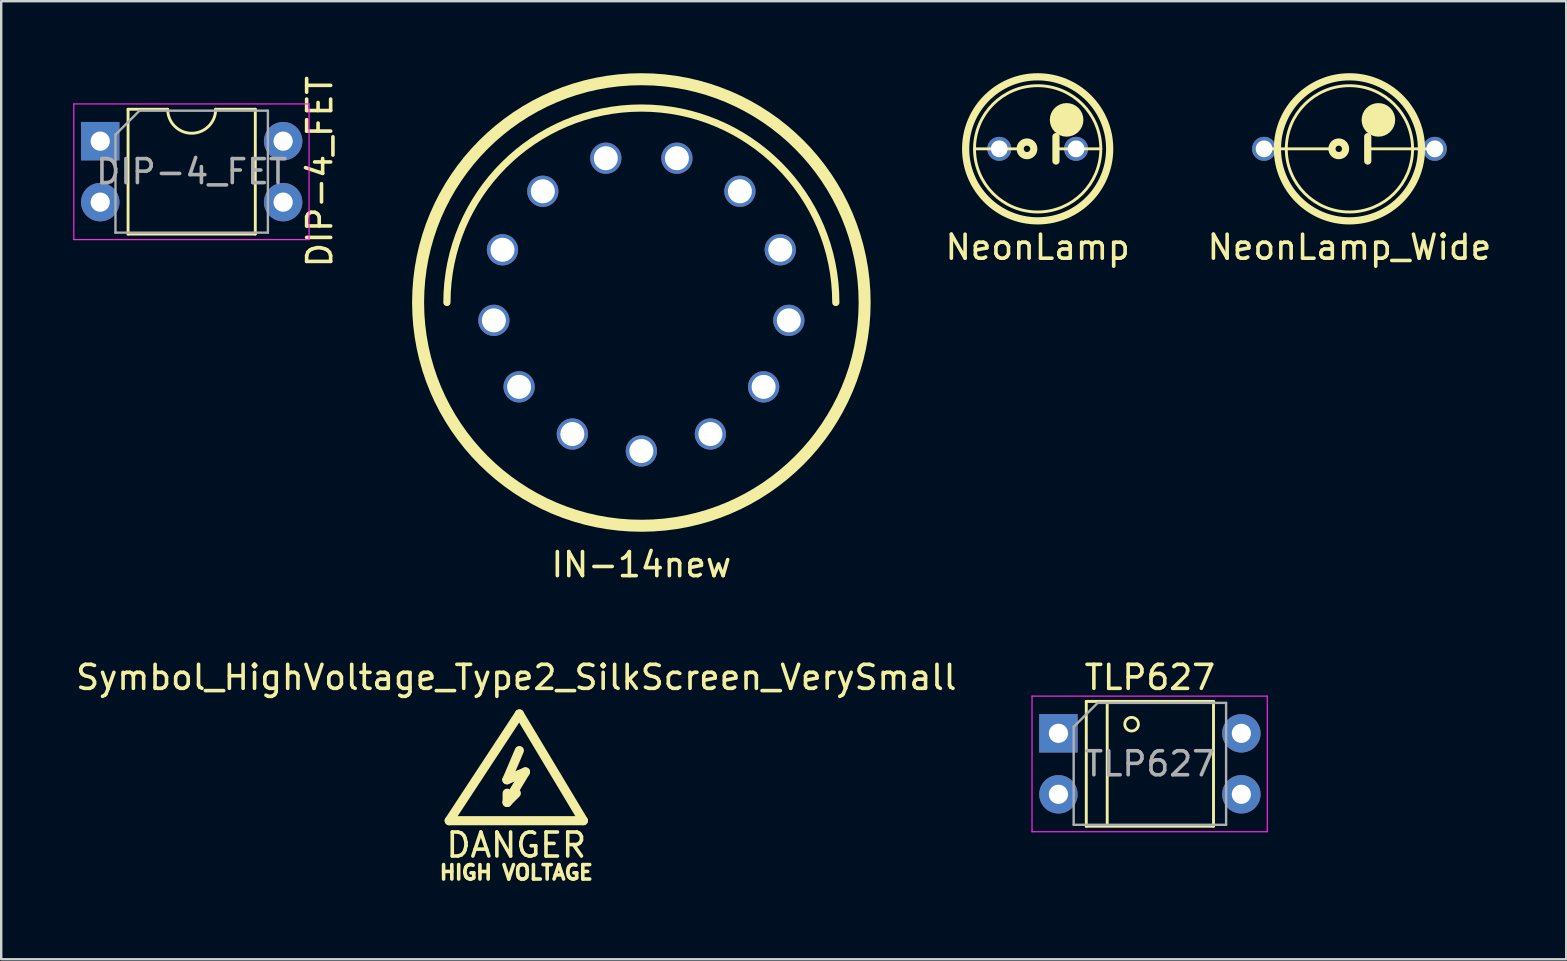
<source format=kicad_pcb>
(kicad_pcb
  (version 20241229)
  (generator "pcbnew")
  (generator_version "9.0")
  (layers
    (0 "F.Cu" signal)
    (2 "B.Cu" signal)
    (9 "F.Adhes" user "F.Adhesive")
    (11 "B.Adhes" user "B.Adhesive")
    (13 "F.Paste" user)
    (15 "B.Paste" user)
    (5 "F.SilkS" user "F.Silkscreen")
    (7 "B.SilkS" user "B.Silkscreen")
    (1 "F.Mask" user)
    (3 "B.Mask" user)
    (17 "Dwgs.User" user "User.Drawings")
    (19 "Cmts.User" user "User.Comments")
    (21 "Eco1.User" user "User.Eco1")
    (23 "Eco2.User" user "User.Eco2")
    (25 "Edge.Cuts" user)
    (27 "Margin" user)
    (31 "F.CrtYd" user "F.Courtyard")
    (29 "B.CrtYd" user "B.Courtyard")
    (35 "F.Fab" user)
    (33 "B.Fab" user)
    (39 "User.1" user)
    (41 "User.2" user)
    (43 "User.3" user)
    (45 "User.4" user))
  (footprint "Symbol_HighVoltage_Type2_SilkScreen_VerySmall"
    (layer "F.Cu")
    (at 18.585 30.884)
    (property "Reference" "Symbol_HighVoltage_Type2_SilkScreen_VerySmall" (at -0.127 -5.715 0) (layer "F.SilkS") (effects (font (size 1 1) (thickness 0.15))))
    (attr exclude_from_pos_files exclude_from_bom)
    (fp_line (start -2.921 0.254) (end 0 -4.191) (stroke (width 0.381) (type solid)) (layer "F.SilkS"))
    (fp_line (start -0.518 -1.45) (end 0.254 -1.778) (stroke (width 0.381) (type solid)) (layer "F.SilkS"))
    (fp_line (start -0.508 -0.508) (end -0.508 -0.889) (stroke (width 0.381) (type solid)) (layer "F.SilkS"))
    (fp_line (start -0.508 -0.508) (end -0.127 -0.889) (stroke (width 0.381) (type solid)) (layer "F.SilkS"))
    (fp_line (start 0 -4.191) (end 2.667 0.254) (stroke (width 0.381) (type solid)) (layer "F.SilkS"))
    (fp_line (start 0 -2.667) (end -0.518 -1.45) (stroke (width 0.381) (type solid)) (layer "F.SilkS"))
    (fp_line (start 0.254 -1.778) (end -0.508 -0.508) (stroke (width 0.381) (type solid)) (layer "F.SilkS"))
    (fp_line (start 2.667 0.254) (end -2.921 0.254) (stroke (width 0.381) (type solid)) (layer "F.SilkS"))
    (fp_text user "HIGH VOLTAGE" (at -0.127 2.413 0) (layer "F.SilkS") (effects (font (size 0.6 0.6) (thickness 0.15))))
    (fp_text user "DANGER" (at -0.127 1.27 0) (layer "F.SilkS") (effects (font (size 1 1) (thickness 0.15)))))
  (footprint "DIP-4_FET"
    (layer "F.Cu")
    (at 1.125 2.831)
    (property "Reference" "DIP-4_FET" (at 9.144 1.27 270) (layer "F.SilkS") (effects (font (size 1 1) (thickness 0.15))))
    (attr through_hole)
    (fp_line (start 1.16 -1.33) (end 1.16 3.87) (stroke (width 0.12) (type solid)) (layer "F.SilkS"))
    (fp_line (start 1.16 3.87) (end 6.46 3.87) (stroke (width 0.12) (type solid)) (layer "F.SilkS"))
    (fp_line (start 2.81 -1.33) (end 1.16 -1.33) (stroke (width 0.12) (type solid)) (layer "F.SilkS"))
    (fp_line (start 6.46 -1.33) (end 4.81 -1.33) (stroke (width 0.12) (type solid)) (layer "F.SilkS"))
    (fp_line (start 6.46 3.87) (end 6.46 -1.33) (stroke (width 0.12) (type solid)) (layer "F.SilkS"))
    (fp_arc (start 4.81 -1.33) (mid 3.81 -0.33) (end 2.81 -1.33) (stroke (width 0.12) (type solid)) (layer "F.SilkS"))
    (fp_line (start -1.1 -1.55) (end -1.1 4.1) (stroke (width 0.05) (type solid)) (layer "F.CrtYd"))
    (fp_line (start -1.1 4.1) (end 8.7 4.1) (stroke (width 0.05) (type solid)) (layer "F.CrtYd"))
    (fp_line (start 8.7 -1.55) (end -1.1 -1.55) (stroke (width 0.05) (type solid)) (layer "F.CrtYd"))
    (fp_line (start 8.7 4.1) (end 8.7 -1.55) (stroke (width 0.05) (type solid)) (layer "F.CrtYd"))
    (fp_line (start 0.635 -0.27) (end 1.635 -1.27) (stroke (width 0.1) (type solid)) (layer "F.Fab"))
    (fp_line (start 0.635 3.81) (end 0.635 -0.27) (stroke (width 0.1) (type solid)) (layer "F.Fab"))
    (fp_line (start 1.635 -1.27) (end 6.985 -1.27) (stroke (width 0.1) (type solid)) (layer "F.Fab"))
    (fp_line (start 6.985 -1.27) (end 6.985 3.81) (stroke (width 0.1) (type solid)) (layer "F.Fab"))
    (fp_line (start 6.985 3.81) (end 0.635 3.81) (stroke (width 0.1) (type solid)) (layer "F.Fab"))
    (fp_text user "${REFERENCE}" (at 3.81 1.27 0) (layer "F.Fab") (effects (font (size 1 1) (thickness 0.15))))
    (pad "1" thru_hole oval (at 7.62 2.54) (size 1.6 1.6) (drill 0.8) (layers "*.Cu" "*.Mask"))
    (pad "2" thru_hole rect (at 0 0) (size 1.6 1.6) (drill 0.8) (layers "*.Cu" "*.Mask"))
    (pad "2" thru_hole oval (at 0 2.54) (size 1.6 1.6) (drill 0.8) (layers "*.Cu" "*.Mask"))
    (pad "3" thru_hole oval (at 7.62 0) (size 1.6 1.6) (drill 0.8) (layers "*.Cu" "*.Mask")))
  (footprint "NeonLamp"
    (layer "F.Cu")
    (at 40.177 3.15)
    (property "Reference" "NeonLamp" (at 0 4.1 0) (layer "F.SilkS") (effects (font (size 1 1) (thickness 0.15))))
    (attr through_hole)
    (fp_line (start -0.762 0) (end -2.631 0) (stroke (width 0.12) (type solid)) (layer "F.SilkS"))
    (fp_line (start 0.762 -0.508) (end 0.762 0.508) (stroke (width 0.3) (type solid)) (layer "F.SilkS"))
    (fp_line (start 0.826 0) (end 2.631 0) (stroke (width 0.12) (type solid)) (layer "F.SilkS"))
    (fp_circle (center -0.445 0) (end -0.318 0.254) (stroke (width 0.3) (type solid)) (fill no) (layer "F.SilkS"))
    (fp_circle (center 0 0) (end 2.6 0.4) (stroke (width 0.12) (type solid)) (fill no) (layer "F.SilkS"))
    (fp_circle (center 0 0) (end 3 0) (stroke (width 0.3) (type solid)) (fill no) (layer "F.SilkS"))
    (fp_circle (center 1.206 -1.206) (end 1.206 -1.206) (stroke (width 0.7) (type solid)) (fill no) (layer "F.SilkS"))
    (pad "1" thru_hole circle (at 1.6 0) (size 1 1) (drill 0.7) (layers "*.Cu" "*.Mask"))
    (pad "2" thru_hole circle (at -1.6 0) (size 1 1) (drill 0.7) (layers "*.Cu" "*.Mask")))
  (footprint "IN-14new"
    (layer "F.Cu")
    (at 23.668 9.551)
    (property "Reference" "IN-14new" (at 0 10.922 180) (layer "F.SilkS") (effects (font (size 1 1) (thickness 0.15))))
    (attr exclude_from_pos_files exclude_from_bom)
    (fp_arc (start -8.1 0) (mid 0 -8.1) (end 8.1 0) (stroke (width 0.3) (type solid)) (layer "F.SilkS"))
    (fp_circle (center 0 0) (end 9.301 0) (stroke (width 0.5) (type solid)) (fill no) (layer "F.SilkS"))
    (pad "0" thru_hole circle (at -5.093 3.515) (size 1.3 1.3) (drill 1) (layers "*.Cu" "*.Mask"))
    (pad "1" thru_hole circle (at 5.093 3.515) (size 1.3 1.3) (drill 1) (layers "*.Cu" "*.Mask"))
    (pad "2" thru_hole circle (at 6.144 0.744) (size 1.3 1.3) (drill 1) (layers "*.Cu" "*.Mask"))
    (pad "3" thru_hole circle (at 5.786 -2.195) (size 1.3 1.3) (drill 1) (layers "*.Cu" "*.Mask"))
    (pad "4" thru_hole circle (at 4.105 -4.633) (size 1.3 1.3) (drill 1) (layers "*.Cu" "*.Mask"))
    (pad "5" thru_hole circle (at 1.481 -6.01) (size 1.3 1.3) (drill 1) (layers "*.Cu" "*.Mask"))
    (pad "6" thru_hole circle (at -1.481 -6.01) (size 1.3 1.3) (drill 1) (layers "*.Cu" "*.Mask"))
    (pad "7" thru_hole circle (at -4.105 -4.633) (size 1.3 1.3) (drill 1) (layers "*.Cu" "*.Mask"))
    (pad "8" thru_hole circle (at -5.786 -2.195) (size 1.3 1.3) (drill 1) (layers "*.Cu" "*.Mask"))
    (pad "9" thru_hole circle (at -6.144 0.744) (size 1.3 1.3) (drill 1) (layers "*.Cu" "*.Mask"))
    (pad "A" thru_hole circle (at 0 6.187) (size 1.3 1.3) (drill 1) (layers "*.Cu" "*.Mask"))
    (pad "LHDP" thru_hole circle (at -2.875 5.479) (size 1.3 1.3) (drill 1) (layers "*.Cu" "*.Mask"))
    (pad "RHDP" thru_hole circle (at 2.875 5.479) (size 1.3 1.3) (drill 1) (layers "*.Cu" "*.Mask")))
  (footprint "TLP627"
    (layer "F.Cu")
    (at 41.042 27.499)
    (property "Reference" "TLP627" (at 3.81 -2.33 0) (layer "F.SilkS") (effects (font (size 1 1) (thickness 0.15))))
    (attr through_hole)
    (fp_line (start 1.16 -1.33) (end 1.16 3.87) (stroke (width 0.12) (type solid)) (layer "F.SilkS"))
    (fp_line (start 1.16 3.87) (end 6.46 3.87) (stroke (width 0.12) (type solid)) (layer "F.SilkS"))
    (fp_line (start 2.032 -1.27) (end 2.032 3.81) (stroke (width 0.12) (type solid)) (layer "F.SilkS"))
    (fp_line (start 6.46 -1.33) (end 1.16 -1.33) (stroke (width 0.12) (type solid)) (layer "F.SilkS"))
    (fp_line (start 6.46 3.87) (end 6.46 -1.33) (stroke (width 0.12) (type solid)) (layer "F.SilkS"))
    (fp_circle (center 3.048 -0.381) (end 2.794 -0.508) (stroke (width 0.12) (type solid)) (fill no) (layer "F.SilkS"))
    (fp_line (start -1.1 -1.55) (end -1.1 4.1) (stroke (width 0.05) (type solid)) (layer "F.CrtYd"))
    (fp_line (start -1.1 4.1) (end 8.7 4.1) (stroke (width 0.05) (type solid)) (layer "F.CrtYd"))
    (fp_line (start 8.7 -1.55) (end -1.1 -1.55) (stroke (width 0.05) (type solid)) (layer "F.CrtYd"))
    (fp_line (start 8.7 4.1) (end 8.7 -1.55) (stroke (width 0.05) (type solid)) (layer "F.CrtYd"))
    (fp_line (start 0.635 -0.27) (end 1.635 -1.27) (stroke (width 0.1) (type solid)) (layer "F.Fab"))
    (fp_line (start 0.635 3.81) (end 0.635 -0.27) (stroke (width 0.1) (type solid)) (layer "F.Fab"))
    (fp_line (start 1.635 -1.27) (end 6.985 -1.27) (stroke (width 0.1) (type solid)) (layer "F.Fab"))
    (fp_line (start 6.985 -1.27) (end 6.985 3.81) (stroke (width 0.1) (type solid)) (layer "F.Fab"))
    (fp_line (start 6.985 3.81) (end 0.635 3.81) (stroke (width 0.1) (type solid)) (layer "F.Fab"))
    (fp_text user "${REFERENCE}" (at 3.81 1.27 0) (layer "F.Fab") (effects (font (size 1 1) (thickness 0.15))))
    (pad "1" thru_hole rect (at 0 0) (size 1.6 1.6) (drill 0.8) (layers "*.Cu" "*.Mask"))
    (pad "2" thru_hole oval (at 0 2.54) (size 1.6 1.6) (drill 0.8) (layers "*.Cu" "*.Mask"))
    (pad "3" thru_hole oval (at 7.62 2.54) (size 1.6 1.6) (drill 0.8) (layers "*.Cu" "*.Mask"))
    (pad "4" thru_hole oval (at 7.62 0) (size 1.6 1.6) (drill 0.8) (layers "*.Cu" "*.Mask")))
  (footprint "NeonLamp_Wide"
    (layer "F.Cu")
    (at 53.165 3.15)
    (property "Reference" "NeonLamp_Wide" (at 0 4.1 0) (layer "F.SilkS") (effects (font (size 1 1) (thickness 0.15))))
    (attr through_hole)
    (fp_line (start -2.631 0) (end -3.556 0) (stroke (width 0.12) (type solid)) (layer "F.SilkS"))
    (fp_line (start -0.762 0) (end -2.631 0) (stroke (width 0.12) (type solid)) (layer "F.SilkS"))
    (fp_line (start 0.762 -0.508) (end 0.762 0.508) (stroke (width 0.3) (type solid)) (layer "F.SilkS"))
    (fp_line (start 0.826 0) (end 2.631 0) (stroke (width 0.12) (type solid)) (layer "F.SilkS"))
    (fp_line (start 2.631 0) (end 3.556 0) (stroke (width 0.12) (type solid)) (layer "F.SilkS"))
    (fp_circle (center -0.445 0) (end -0.318 0.254) (stroke (width 0.3) (type solid)) (fill no) (layer "F.SilkS"))
    (fp_circle (center 0 0) (end 2.6 0.4) (stroke (width 0.12) (type solid)) (fill no) (layer "F.SilkS"))
    (fp_circle (center 0 0) (end 3 0) (stroke (width 0.3) (type solid)) (fill no) (layer "F.SilkS"))
    (fp_circle (center 1.206 -1.206) (end 1.206 -1.206) (stroke (width 0.7) (type solid)) (fill no) (layer "F.SilkS"))
    (pad "1" thru_hole circle (at 3.556 0) (size 1 1) (drill 0.7) (layers "*.Cu" "*.Mask"))
    (pad "2" thru_hole circle (at -3.556 0) (size 1 1) (drill 0.7) (layers "*.Cu" "*.Mask")))
  (gr_rect
    (start -3 -3)
    (end 62.195 36.911)
    (stroke (width 0.1) (type default))
    (fill no)
    (layer "Edge.Cuts")))
</source>
